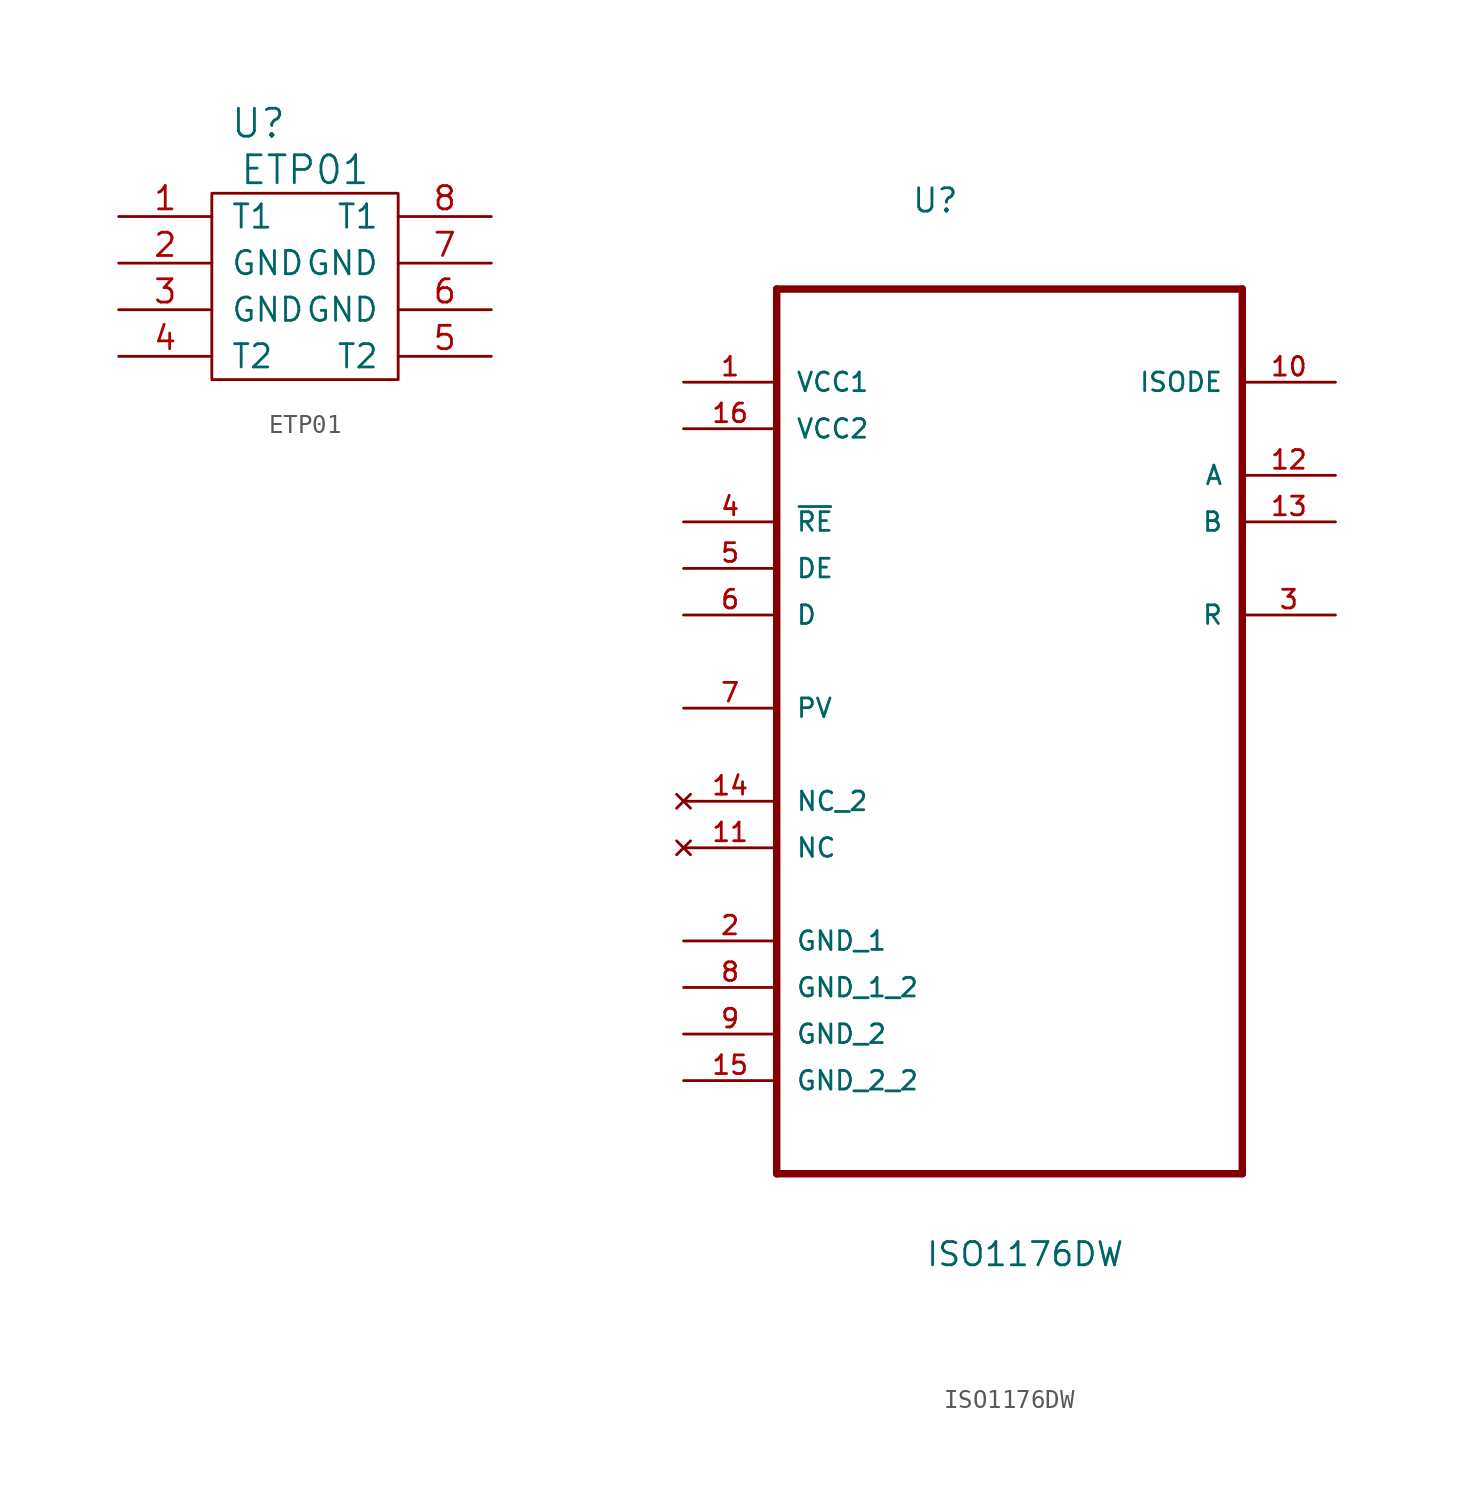
<source format=kicad_sym>
(kicad_symbol_lib
  (version 20231120)
  (generator "kicad_symbol_editor")
  (generator_version "8.0")
  (symbol "ETP01"
    (pin_names
      (offset 1.016))
    (property "Reference" "U"
      (at -2.54 2.54 0)
      (effects (font (size 1.524 1.524))))
    (property "Value" "ETP01"
      (at 0 0 0)
      (effects (font (size 1.524 1.524))))
    (symbol "ETP01_0_1"
      (rectangle (start -5.08 -1.27) (end 5.08 -11.43) (stroke (width 0) (type default)) (fill (type none)))
      (pin input line (at -10.16 -2.54 0) (length 5.08) (name "T1" (effects (font (size 1.27 1.27)))) (number "1" (effects (font (size 1.27 1.27))))))
    (symbol "ETP01_1_1"
      (pin input line (at -10.16 -5.08 0) (length 5.08) (name "GND" (effects (font (size 1.27 1.27)))) (number "2" (effects (font (size 1.27 1.27)))))
      (pin input line (at -10.16 -7.62 0) (length 5.08) (name "GND" (effects (font (size 1.27 1.27)))) (number "3" (effects (font (size 1.27 1.27)))))
      (pin input line (at -10.16 -10.16 0) (length 5.08) (name "T2" (effects (font (size 1.27 1.27)))) (number "4" (effects (font (size 1.27 1.27)))))
      (pin input line (at 10.16 -10.16 180) (length 5.08) (name "T2" (effects (font (size 1.27 1.27)))) (number "5" (effects (font (size 1.27 1.27)))))
      (pin input line (at 10.16 -7.62 180) (length 5.08) (name "GND" (effects (font (size 1.27 1.27)))) (number "6" (effects (font (size 1.27 1.27)))))
      (pin input line (at 10.16 -5.08 180) (length 5.08) (name "GND" (effects (font (size 1.27 1.27)))) (number "7" (effects (font (size 1.27 1.27)))))
      (pin input line (at 10.16 -2.54 180) (length 5.08) (name "T1" (effects (font (size 1.27 1.27)))) (number "8" (effects (font (size 1.27 1.27)))))))
  (symbol "ISO1176DW"
    (pin_names
      (offset 1.016))
    (property "Reference" "U"
      (at -5.359 24.409 0)
      (effects (font (size 1.27 1.27)) (justify left bottom)))
    (property "Value" "ISO1176DW"
      (at -4.597 -33.071 0)
      (effects (font (size 1.27 1.27)) (justify left bottom)))
    (property "ki_locked" ""
      (at 0 0 0)
      (effects (font (size 1.27 1.27))))
    (symbol "ISO1176DW_0_0"
      (polyline (pts (xy -12.7 -27.94) (xy 12.7 -27.94)) (stroke (width 0.406) (type default)) (fill (type none)))
      (polyline (pts (xy -12.7 20.32) (xy -12.7 -27.94)) (stroke (width 0.406) (type default)) (fill (type none)))
      (polyline (pts (xy 12.7 -27.94) (xy 12.7 20.32)) (stroke (width 0.406) (type default)) (fill (type none)))
      (polyline (pts (xy 12.7 20.32) (xy -12.7 20.32)) (stroke (width 0.406) (type default)) (fill (type none)))
      (pin power_in line (at -17.78 15.24 0) (length 5.08) (name "VCC1" (effects (font (size 1.016 1.016)))) (number "1" (effects (font (size 1.016 1.016)))))
      (pin output line (at 17.78 15.24 180) (length 5.08) (name "ISODE" (effects (font (size 1.016 1.016)))) (number "10" (effects (font (size 1.016 1.016)))))
      (pin no_connect line (at -17.78 -10.16 0) (length 5.08) (name "NC" (effects (font (size 1.016 1.016)))) (number "11" (effects (font (size 1.016 1.016)))))
      (pin bidirectional line (at 17.78 10.16 180) (length 5.08) (name "A" (effects (font (size 1.016 1.016)))) (number "12" (effects (font (size 1.016 1.016)))))
      (pin bidirectional line (at 17.78 7.62 180) (length 5.08) (name "B" (effects (font (size 1.016 1.016)))) (number "13" (effects (font (size 1.016 1.016)))))
      (pin no_connect line (at -17.78 -7.62 0) (length 5.08) (name "NC_2" (effects (font (size 1.016 1.016)))) (number "14" (effects (font (size 1.016 1.016)))))
      (pin passive line (at -17.78 -22.86 0) (length 5.08) (name "GND_2_2" (effects (font (size 1.016 1.016)))) (number "15" (effects (font (size 1.016 1.016)))))
      (pin power_in line (at -17.78 12.7 0) (length 5.08) (name "VCC2" (effects (font (size 1.016 1.016)))) (number "16" (effects (font (size 1.016 1.016)))))
      (pin passive line (at -17.78 -15.24 0) (length 5.08) (name "GND_1" (effects (font (size 1.016 1.016)))) (number "2" (effects (font (size 1.016 1.016)))))
      (pin output line (at 17.78 2.54 180) (length 5.08) (name "R" (effects (font (size 1.016 1.016)))) (number "3" (effects (font (size 1.016 1.016)))))
      (pin input line (at -17.78 7.62 0) (length 5.08) (name "~{RE}" (effects (font (size 1.016 1.016)))) (number "4" (effects (font (size 1.016 1.016)))))
      (pin input line (at -17.78 5.08 0) (length 5.08) (name "DE" (effects (font (size 1.016 1.016)))) (number "5" (effects (font (size 1.016 1.016)))))
      (pin input line (at -17.78 2.54 0) (length 5.08) (name "D" (effects (font (size 1.016 1.016)))) (number "6" (effects (font (size 1.016 1.016)))))
      (pin passive line (at -17.78 -2.54 0) (length 5.08) (name "PV" (effects (font (size 1.016 1.016)))) (number "7" (effects (font (size 1.016 1.016)))))
      (pin passive line (at -17.78 -17.78 0) (length 5.08) (name "GND_1_2" (effects (font (size 1.016 1.016)))) (number "8" (effects (font (size 1.016 1.016)))))
      (pin passive line (at -17.78 -20.32 0) (length 5.08) (name "GND_2" (effects (font (size 1.016 1.016)))) (number "9" (effects (font (size 1.016 1.016))))))))
</source>
